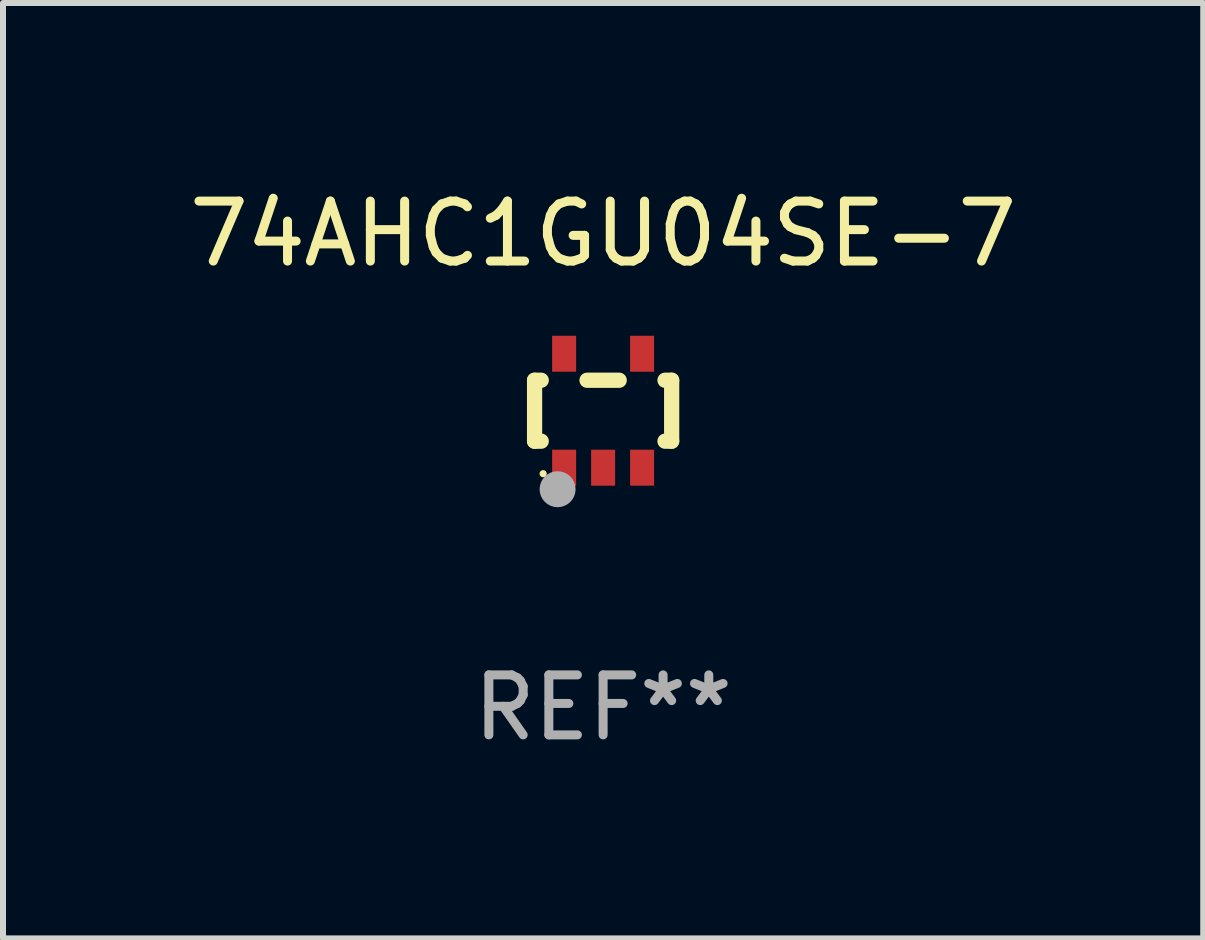
<source format=kicad_pcb>
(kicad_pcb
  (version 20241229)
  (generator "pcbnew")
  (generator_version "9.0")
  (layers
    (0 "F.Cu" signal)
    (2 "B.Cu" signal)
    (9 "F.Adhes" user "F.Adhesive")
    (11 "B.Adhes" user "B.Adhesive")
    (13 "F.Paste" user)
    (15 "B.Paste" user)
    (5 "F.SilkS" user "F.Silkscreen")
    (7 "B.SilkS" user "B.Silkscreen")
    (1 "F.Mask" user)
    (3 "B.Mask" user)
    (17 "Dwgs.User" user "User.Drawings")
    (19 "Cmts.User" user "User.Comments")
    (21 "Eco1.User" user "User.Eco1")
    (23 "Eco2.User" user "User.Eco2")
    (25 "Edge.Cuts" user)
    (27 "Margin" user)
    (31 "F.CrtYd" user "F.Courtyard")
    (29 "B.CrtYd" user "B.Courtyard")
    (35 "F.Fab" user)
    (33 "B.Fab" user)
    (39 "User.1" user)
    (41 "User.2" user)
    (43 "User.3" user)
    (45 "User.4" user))
  (footprint "74AHC1GU04SE-7"
    (layer "F.Cu")
    (at 7.006 3.798)
    (property "Reference" "74AHC1GU04SE-7" (at 0 -2.95 0) (layer "F.SilkS") (effects (font (size 1 1) (thickness 0.15))))
    (attr through_hole)
    (fp_line (start -1.143 -0.508) (end -1.032 -0.508) (stroke (width 0.254) (type solid)) (layer "F.SilkS"))
    (fp_line (start -1.143 0.508) (end -1.143 -0.508) (stroke (width 0.254) (type solid)) (layer "F.SilkS"))
    (fp_line (start -1.032 0.508) (end -1.143 0.508) (stroke (width 0.254) (type solid)) (layer "F.SilkS"))
    (fp_line (start -0.268 -0.508) (end 0.268 -0.508) (stroke (width 0.254) (type solid)) (layer "F.SilkS"))
    (fp_line (start 1.032 -0.508) (end 1.143 -0.508) (stroke (width 0.254) (type solid)) (layer "F.SilkS"))
    (fp_line (start 1.143 -0.508) (end 1.143 0.508) (stroke (width 0.254) (type solid)) (layer "F.SilkS"))
    (fp_line (start 1.143 0.508) (end 1.032 0.508) (stroke (width 0.254) (type solid)) (layer "F.SilkS"))
    (fp_circle (center -1 1.05) (end -0.97 1.05) (stroke (width 0.06) (type solid)) (fill no) (layer "F.SilkS"))
    (fp_circle (center -0.759 1.309) (end -0.609 1.309) (stroke (width 0.3) (type solid)) (fill no) (layer "F.Fab"))
    (fp_text user "REF**" (at 0 4.95 0) (layer "F.Fab") (effects (font (size 1 1) (thickness 0.15))))
    (pad "1" smd rect (at -0.65 0.95 180) (size 0.4 0.6) (layers "F.Cu" "F.Mask" "F.Paste"))
    (pad "2" smd rect (at 0 0.95 180) (size 0.4 0.6) (layers "F.Cu" "F.Mask" "F.Paste"))
    (pad "3" smd rect (at 0.65 0.95 180) (size 0.4 0.6) (layers "F.Cu" "F.Mask" "F.Paste"))
    (pad "4" smd rect (at 0.65 -0.95 180) (size 0.4 0.6) (layers "F.Cu" "F.Mask" "F.Paste"))
    (pad "5" smd rect (at -0.65 -0.95 180) (size 0.4 0.6) (layers "F.Cu" "F.Mask" "F.Paste")))
  (gr_rect
    (start -3 -3)
    (end 17.012 12.596)
    (stroke (width 0.1) (type default))
    (fill no)
    (layer "Edge.Cuts")))
</source>
